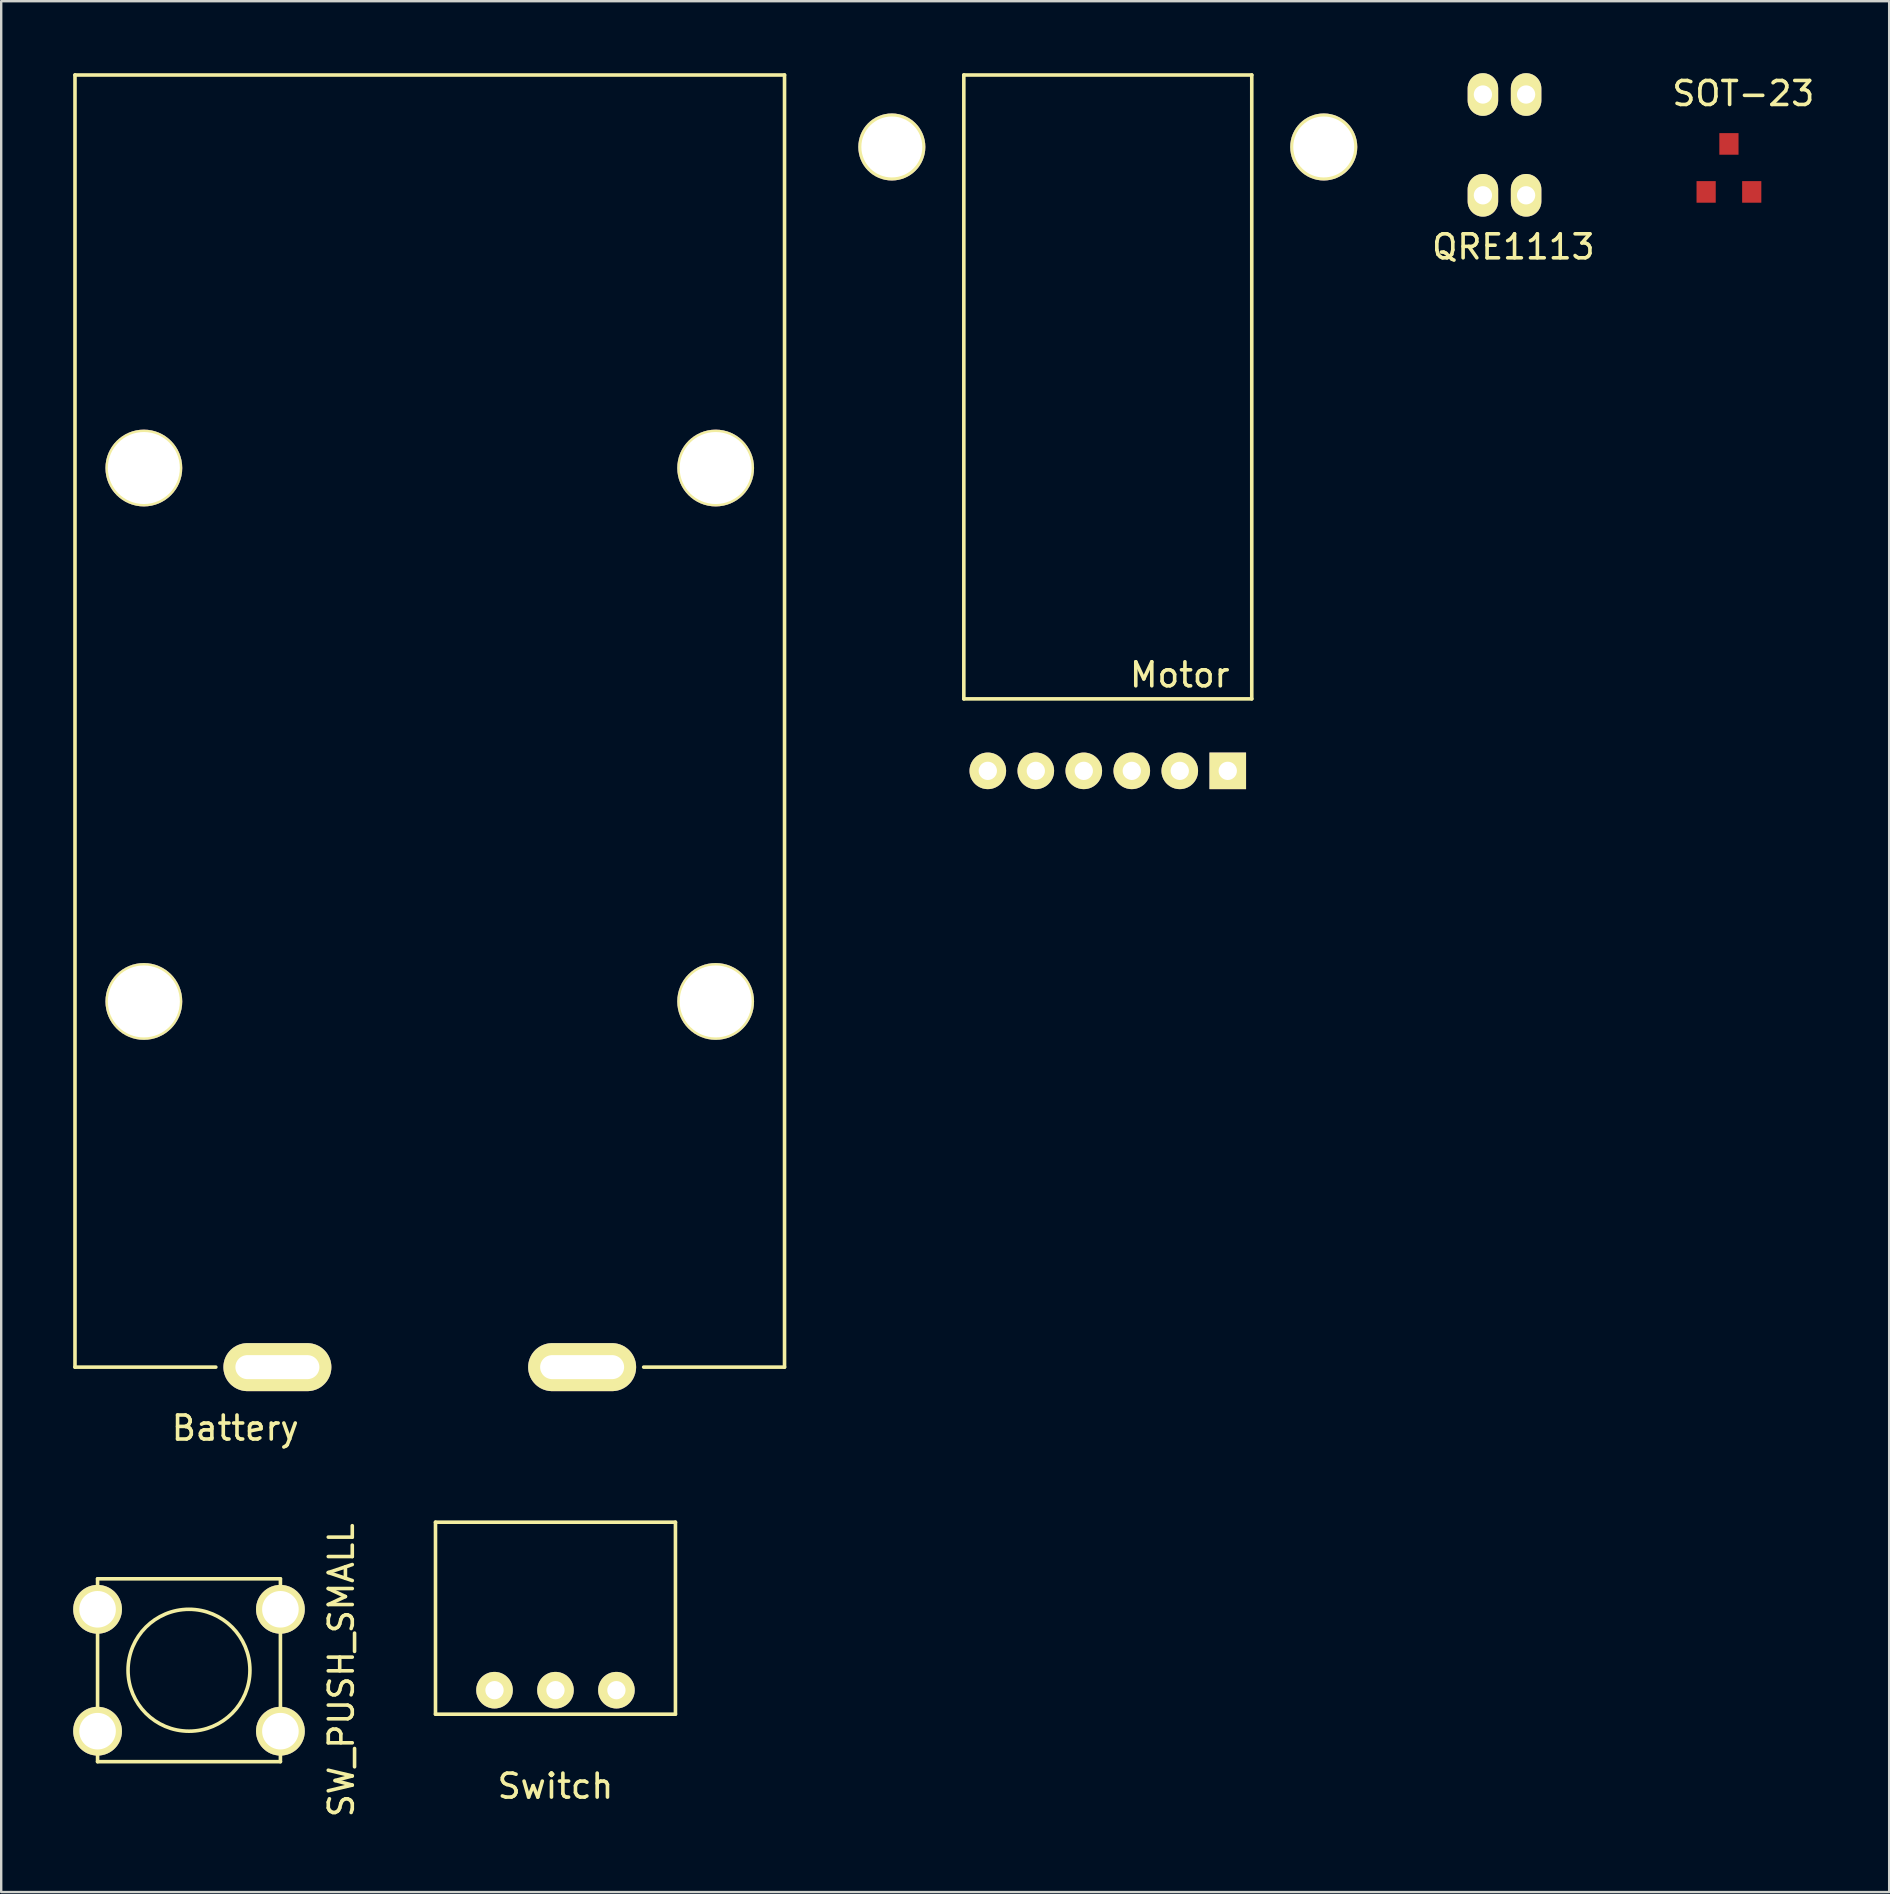
<source format=kicad_pcb>
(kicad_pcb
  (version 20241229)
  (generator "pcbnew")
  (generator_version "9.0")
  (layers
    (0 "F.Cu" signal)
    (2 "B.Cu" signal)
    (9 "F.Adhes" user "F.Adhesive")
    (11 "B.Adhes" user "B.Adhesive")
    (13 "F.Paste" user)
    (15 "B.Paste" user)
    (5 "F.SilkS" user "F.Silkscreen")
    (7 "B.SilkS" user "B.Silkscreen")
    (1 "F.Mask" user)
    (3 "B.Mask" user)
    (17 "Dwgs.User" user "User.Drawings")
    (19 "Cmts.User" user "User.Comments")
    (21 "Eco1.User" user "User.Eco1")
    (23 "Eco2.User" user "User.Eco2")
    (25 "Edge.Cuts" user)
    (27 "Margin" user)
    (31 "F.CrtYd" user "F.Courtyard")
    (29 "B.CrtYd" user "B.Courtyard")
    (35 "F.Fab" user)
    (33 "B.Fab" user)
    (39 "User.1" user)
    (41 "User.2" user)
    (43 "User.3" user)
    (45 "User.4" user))
  (footprint "SOT-23"
    (layer "F.Cu")
    (at 69.003 4.048)
    (property "Reference" "SOT-23" (at 0.6 -3.2 0) (layer "F.SilkS") (effects (font (size 1 1) (thickness 0.15))))
    (attr through_hole)
    (pad "1" smd rect (at -0.95 0.9) (size 0.8 0.9) (layers "F.Cu" "F.Mask" "F.Paste"))
    (pad "2" smd rect (at 0.95 0.9) (size 0.8 0.9) (layers "F.Cu" "F.Mask" "F.Paste"))
    (pad "3" smd rect (at 0 -1.1) (size 0.8 0.9) (layers "F.Cu" "F.Mask" "F.Paste")))
  (footprint "Motor"
    (layer "F.Cu")
    (at 38.117 29.075)
    (property "Reference" "Motor" (at 8 -4 0) (layer "F.SilkS") (effects (font (size 1 1) (thickness 0.15))))
    (attr through_hole)
    (fp_line (start -1 -29) (end -1 -3) (stroke (width 0.15) (type solid)) (layer "F.SilkS"))
    (fp_line (start -1 -3) (end 11 -3) (stroke (width 0.15) (type solid)) (layer "F.SilkS"))
    (fp_line (start 11 -29) (end -1 -29) (stroke (width 0.15) (type solid)) (layer "F.SilkS"))
    (fp_line (start 11 -3) (end 11 -29) (stroke (width 0.15) (type solid)) (layer "F.SilkS"))
    (pad "" thru_hole circle (at -4 -26) (size 2.794 2.794) (drill 2.54) (layers "*.Cu" "*.Mask" "F.SilkS"))
    (pad "" thru_hole circle (at 14 -26) (size 2.794 2.794) (drill 2.54) (layers "*.Cu" "*.Mask" "F.SilkS"))
    (pad "1" thru_hole circle (at 0 0) (size 1.524 1.524) (drill 0.762) (layers "*.Cu" "*.Mask" "F.SilkS"))
    (pad "2" thru_hole circle (at 2 0) (size 1.524 1.524) (drill 0.762) (layers "*.Cu" "*.Mask" "F.SilkS"))
    (pad "3" thru_hole circle (at 4 0) (size 1.524 1.524) (drill 0.762) (layers "*.Cu" "*.Mask" "F.SilkS"))
    (pad "4" thru_hole circle (at 6 0) (size 1.524 1.524) (drill 0.762) (layers "*.Cu" "*.Mask" "F.SilkS"))
    (pad "5" thru_hole circle (at 8 0) (size 1.524 1.524) (drill 0.762) (layers "*.Cu" "*.Mask" "F.SilkS"))
    (pad "6" thru_hole rect (at 10 0) (size 1.524 1.524) (drill 0.762) (layers "*.Cu" "*.Mask" "F.SilkS")))
  (footprint "Switch"
    (layer "F.Cu")
    (at 20.099 67.388)
    (property "Reference" "Switch" (at 0 4 0) (layer "F.SilkS") (effects (font (size 1 1) (thickness 0.15))))
    (attr through_hole)
    (fp_line (start -5 -7) (end -5 1) (stroke (width 0.15) (type solid)) (layer "F.SilkS"))
    (fp_line (start -5 1) (end 5 1) (stroke (width 0.15) (type solid)) (layer "F.SilkS"))
    (fp_line (start 5 -7) (end -5 -7) (stroke (width 0.15) (type solid)) (layer "F.SilkS"))
    (fp_line (start 5 1) (end 5 -7) (stroke (width 0.15) (type solid)) (layer "F.SilkS"))
    (pad "1" thru_hole circle (at -2.54 0) (size 1.524 1.524) (drill 0.762) (layers "*.Cu" "*.Mask" "F.SilkS"))
    (pad "2" thru_hole circle (at 0 0) (size 1.524 1.524) (drill 0.762) (layers "*.Cu" "*.Mask" "F.SilkS"))
    (pad "3" thru_hole circle (at 2.54 0) (size 1.524 1.524) (drill 0.762) (layers "*.Cu" "*.Mask" "F.SilkS")))
  (footprint "SW_PUSH_SMALL"
    (layer "F.Cu")
    (at 4.826 66.557)
    (property "Reference" "SW_PUSH_SMALL" (at 6.35 0 90) (layer "F.SilkS") (effects (font (size 1 1) (thickness 0.15))))
    (attr through_hole)
    (fp_line (start -3.81 -3.81) (end -3.81 3.81) (stroke (width 0.15) (type solid)) (layer "F.SilkS"))
    (fp_line (start -3.81 -3.81) (end 3.81 -3.81) (stroke (width 0.15) (type solid)) (layer "F.SilkS"))
    (fp_line (start 3.81 -3.81) (end 3.81 3.81) (stroke (width 0.15) (type solid)) (layer "F.SilkS"))
    (fp_line (start 3.81 3.81) (end -3.81 3.81) (stroke (width 0.15) (type solid)) (layer "F.SilkS"))
    (fp_circle (center 0 0) (end 0 -2.54) (stroke (width 0.15) (type solid)) (fill no) (layer "F.SilkS"))
    (pad "1" thru_hole circle (at -3.81 -2.54) (size 2.032 2.032) (drill 1.524) (layers "*.Cu" "*.Mask" "F.SilkS"))
    (pad "1" thru_hole circle (at 3.81 -2.54) (size 2.032 2.032) (drill 1.524) (layers "*.Cu" "*.Mask" "F.SilkS"))
    (pad "2" thru_hole circle (at -3.81 2.54) (size 2.032 2.032) (drill 1.524) (layers "*.Cu" "*.Mask" "F.SilkS"))
    (pad "2" thru_hole circle (at 3.81 2.54) (size 2.032 2.032) (drill 1.524) (layers "*.Cu" "*.Mask" "F.SilkS")))
  (footprint "Battery"
    (layer "F.Cu")
    (at 2.945 53.925)
    (property "Reference" "Battery" (at 3.81 2.54 0) (layer "F.SilkS") (effects (font (size 1 1) (thickness 0.15))))
    (attr through_hole)
    (fp_line (start -2.87 -53.85) (end 26.7 -53.85) (stroke (width 0.15) (type solid)) (layer "F.SilkS"))
    (fp_line (start -2.87 0) (end -2.87 -53.85) (stroke (width 0.15) (type solid)) (layer "F.SilkS"))
    (fp_line (start -2.87 0) (end 3 0) (stroke (width 0.15) (type solid)) (layer "F.SilkS"))
    (fp_line (start 20.83 0) (end 26.7 0) (stroke (width 0.15) (type solid)) (layer "F.SilkS"))
    (fp_line (start 26.7 0) (end 26.7 -53.85) (stroke (width 0.15) (type solid)) (layer "F.SilkS"))
    (pad "" thru_hole circle (at 0 -37.47) (size 3.2 3.2) (drill 3) (layers "*.Cu" "*.Mask" "F.SilkS"))
    (pad "" thru_hole circle (at 0 -15.24) (size 3.2 3.2) (drill 3) (layers "*.Cu" "*.Mask" "F.SilkS"))
    (pad "" thru_hole circle (at 23.83 -37.47) (size 3.2 3.2) (drill 3) (layers "*.Cu" "*.Mask" "F.SilkS"))
    (pad "" thru_hole circle (at 23.83 -15.24) (size 3.2 3.2) (drill 3) (layers "*.Cu" "*.Mask" "F.SilkS"))
    (pad "1" thru_hole oval (at 5.565 0) (size 4.5 2) (drill oval 3.5 1) (layers "*.Cu" "*.Mask" "F.SilkS"))
    (pad "2" thru_hole oval (at 18.265 0) (size 4.5 2) (drill oval 3.5 1) (layers "*.Cu" "*.Mask" "F.SilkS")))
  (footprint "QRE1113"
    (layer "F.Cu")
    (at 58.75 0.889)
    (property "Reference" "QRE1113" (at 1.27 6.35 0) (layer "F.SilkS") (effects (font (size 1 1) (thickness 0.15))))
    (attr through_hole)
    (pad "1" thru_hole oval (at 0 0) (size 1.27 1.778) (drill 0.762) (layers "*.Cu" "*.Mask" "F.SilkS"))
    (pad "2" thru_hole oval (at 0 4.2) (size 1.27 1.778) (drill 0.762) (layers "*.Cu" "*.Mask" "F.SilkS"))
    (pad "3" thru_hole oval (at 1.8 4.2) (size 1.27 1.778) (drill 0.762) (layers "*.Cu" "*.Mask" "F.SilkS"))
    (pad "4" thru_hole oval (at 1.8 0) (size 1.27 1.778) (drill 0.762) (layers "*.Cu" "*.Mask" "F.SilkS")))
  (gr_rect
    (start -3 -3)
    (end 75.681 75.801)
    (stroke (width 0.1) (type default))
    (fill no)
    (layer "Edge.Cuts")))
</source>
